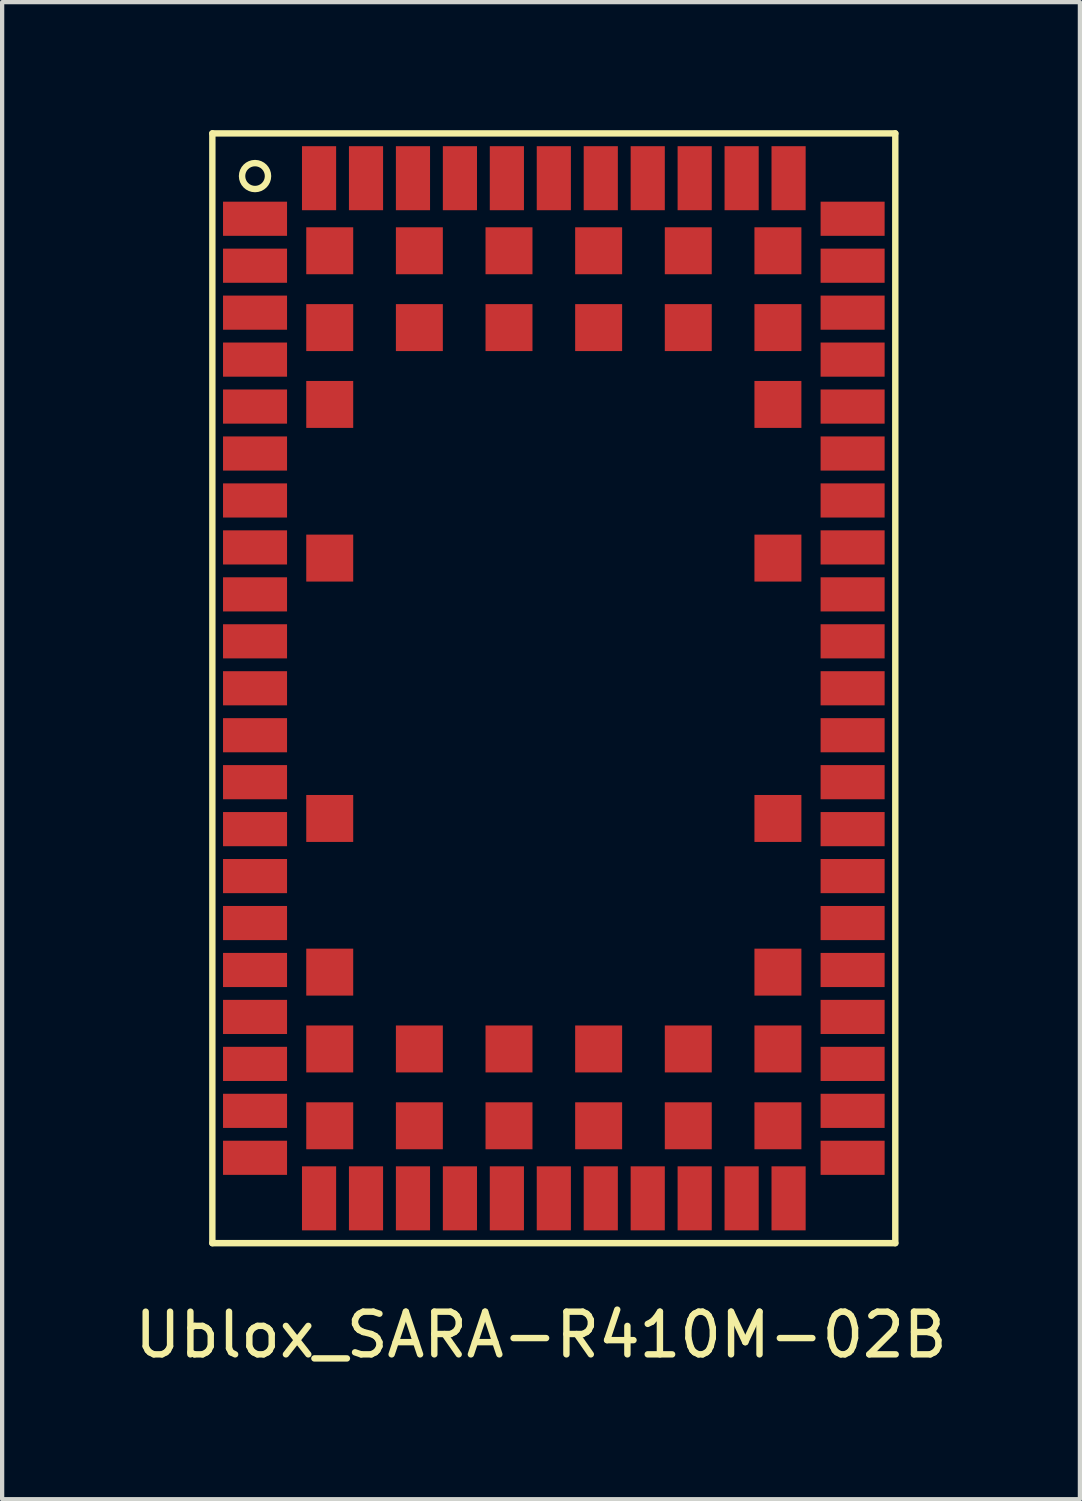
<source format=kicad_pcb>
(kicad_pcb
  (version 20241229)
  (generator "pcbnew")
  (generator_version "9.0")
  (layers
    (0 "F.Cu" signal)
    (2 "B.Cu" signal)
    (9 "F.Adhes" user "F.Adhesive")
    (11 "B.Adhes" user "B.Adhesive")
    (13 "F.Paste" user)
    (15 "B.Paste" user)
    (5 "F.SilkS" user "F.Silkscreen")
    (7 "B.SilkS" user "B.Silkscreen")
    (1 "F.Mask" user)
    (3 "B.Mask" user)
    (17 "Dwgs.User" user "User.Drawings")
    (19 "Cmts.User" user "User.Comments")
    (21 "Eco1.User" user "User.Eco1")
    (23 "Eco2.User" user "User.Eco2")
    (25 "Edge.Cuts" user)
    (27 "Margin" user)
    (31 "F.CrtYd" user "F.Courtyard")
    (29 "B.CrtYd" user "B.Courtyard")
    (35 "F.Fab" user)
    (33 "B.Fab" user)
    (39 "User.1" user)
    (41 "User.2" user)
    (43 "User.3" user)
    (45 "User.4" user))
  (footprint "Ublox_SARA-R410M-02B"
    (layer "F.Cu")
    (at 9.925 13.075)
    (property "Reference" "Ublox_SARA-R410M-02B" (at -0.3 15.15 0) (layer "F.SilkS") (effects (font (size 1 1) (thickness 0.15))))
    (attr through_hole)
    (fp_line (start -8 -13) (end -8 13) (stroke (width 0.15) (type solid)) (layer "F.SilkS"))
    (fp_line (start -8 13) (end 8 13) (stroke (width 0.15) (type solid)) (layer "F.SilkS"))
    (fp_line (start 8 -13) (end -8 -13) (stroke (width 0.15) (type solid)) (layer "F.SilkS"))
    (fp_line (start 8 13) (end 8 -13) (stroke (width 0.15) (type solid)) (layer "F.SilkS"))
    (fp_circle (center -7 -12) (end -6.7 -11.95) (stroke (width 0.15) (type solid)) (fill no) (layer "F.SilkS"))
    (pad "1" smd rect (at -7 -11 90) (size 0.8 1.5) (layers "F.Cu" "F.Mask" "F.Paste"))
    (pad "2" smd rect (at -7 -9.9 90) (size 0.8 1.5) (layers "F.Cu" "F.Mask" "F.Paste"))
    (pad "3" smd rect (at -7 -8.8 90) (size 0.8 1.5) (layers "F.Cu" "F.Mask" "F.Paste"))
    (pad "4" smd rect (at -7 -7.7 90) (size 0.8 1.5) (layers "F.Cu" "F.Mask" "F.Paste"))
    (pad "5" smd rect (at -7 -6.6 90) (size 0.8 1.5) (layers "F.Cu" "F.Mask" "F.Paste"))
    (pad "6" smd rect (at -7 -5.5 90) (size 0.8 1.5) (layers "F.Cu" "F.Mask" "F.Paste"))
    (pad "7" smd rect (at -7 -4.4 90) (size 0.8 1.5) (layers "F.Cu" "F.Mask" "F.Paste"))
    (pad "8" smd rect (at -7 -3.3 90) (size 0.8 1.5) (layers "F.Cu" "F.Mask" "F.Paste"))
    (pad "9" smd rect (at -7 -2.2 90) (size 0.8 1.5) (layers "F.Cu" "F.Mask" "F.Paste"))
    (pad "10" smd rect (at -7 -1.1 90) (size 0.8 1.5) (layers "F.Cu" "F.Mask" "F.Paste"))
    (pad "11" smd rect (at -7 0 90) (size 0.8 1.5) (layers "F.Cu" "F.Mask" "F.Paste"))
    (pad "12" smd rect (at -7 1.1 90) (size 0.8 1.5) (layers "F.Cu" "F.Mask" "F.Paste"))
    (pad "13" smd rect (at -7 2.2 90) (size 0.8 1.5) (layers "F.Cu" "F.Mask" "F.Paste"))
    (pad "14" smd rect (at -7 3.3 90) (size 0.8 1.5) (layers "F.Cu" "F.Mask" "F.Paste"))
    (pad "15" smd rect (at -7 4.4 90) (size 0.8 1.5) (layers "F.Cu" "F.Mask" "F.Paste"))
    (pad "16" smd rect (at -7 5.5 90) (size 0.8 1.5) (layers "F.Cu" "F.Mask" "F.Paste"))
    (pad "17" smd rect (at -7 6.6 90) (size 0.8 1.5) (layers "F.Cu" "F.Mask" "F.Paste"))
    (pad "18" smd rect (at -7 7.7 90) (size 0.8 1.5) (layers "F.Cu" "F.Mask" "F.Paste"))
    (pad "19" smd rect (at -7 8.8 90) (size 0.8 1.5) (layers "F.Cu" "F.Mask" "F.Paste"))
    (pad "20" smd rect (at -7 9.9 90) (size 0.8 1.5) (layers "F.Cu" "F.Mask" "F.Paste"))
    (pad "21" smd rect (at -7 11 90) (size 0.8 1.5) (layers "F.Cu" "F.Mask" "F.Paste"))
    (pad "22" smd rect (at -5.5 11.95 180) (size 0.8 1.5) (layers "F.Cu" "F.Mask" "F.Paste"))
    (pad "23" smd rect (at -4.4 11.95 180) (size 0.8 1.5) (layers "F.Cu" "F.Mask" "F.Paste"))
    (pad "24" smd rect (at -3.3 11.95 180) (size 0.8 1.5) (layers "F.Cu" "F.Mask" "F.Paste"))
    (pad "25" smd rect (at -2.2 11.95 180) (size 0.8 1.5) (layers "F.Cu" "F.Mask" "F.Paste"))
    (pad "26" smd rect (at -1.1 11.95 180) (size 0.8 1.5) (layers "F.Cu" "F.Mask" "F.Paste"))
    (pad "27" smd rect (at 0 11.95 180) (size 0.8 1.5) (layers "F.Cu" "F.Mask" "F.Paste"))
    (pad "28" smd rect (at 1.1 11.95 180) (size 0.8 1.5) (layers "F.Cu" "F.Mask" "F.Paste"))
    (pad "29" smd rect (at 2.2 11.95 180) (size 0.8 1.5) (layers "F.Cu" "F.Mask" "F.Paste"))
    (pad "30" smd rect (at 3.3 11.95 180) (size 0.8 1.5) (layers "F.Cu" "F.Mask" "F.Paste"))
    (pad "31" smd rect (at 4.4 11.95 180) (size 0.8 1.5) (layers "F.Cu" "F.Mask" "F.Paste"))
    (pad "32" smd rect (at 5.5 11.95 180) (size 0.8 1.5) (layers "F.Cu" "F.Mask" "F.Paste"))
    (pad "33" smd rect (at 7 11 90) (size 0.8 1.5) (layers "F.Cu" "F.Mask" "F.Paste"))
    (pad "34" smd rect (at 7 9.9 90) (size 0.8 1.5) (layers "F.Cu" "F.Mask" "F.Paste"))
    (pad "35" smd rect (at 7 8.8 90) (size 0.8 1.5) (layers "F.Cu" "F.Mask" "F.Paste"))
    (pad "36" smd rect (at 7 7.7 90) (size 0.8 1.5) (layers "F.Cu" "F.Mask" "F.Paste"))
    (pad "37" smd rect (at 7 6.6 90) (size 0.8 1.5) (layers "F.Cu" "F.Mask" "F.Paste"))
    (pad "38" smd rect (at 7 5.5 90) (size 0.8 1.5) (layers "F.Cu" "F.Mask" "F.Paste"))
    (pad "39" smd rect (at 7 4.4 90) (size 0.8 1.5) (layers "F.Cu" "F.Mask" "F.Paste"))
    (pad "40" smd rect (at 7 3.3 90) (size 0.8 1.5) (layers "F.Cu" "F.Mask" "F.Paste"))
    (pad "41" smd rect (at 7 2.2 90) (size 0.8 1.5) (layers "F.Cu" "F.Mask" "F.Paste"))
    (pad "42" smd rect (at 7 1.1 90) (size 0.8 1.5) (layers "F.Cu" "F.Mask" "F.Paste"))
    (pad "43" smd rect (at 7 0 90) (size 0.8 1.5) (layers "F.Cu" "F.Mask" "F.Paste"))
    (pad "44" smd rect (at 7 -1.1 90) (size 0.8 1.5) (layers "F.Cu" "F.Mask" "F.Paste"))
    (pad "45" smd rect (at 7 -2.2 90) (size 0.8 1.5) (layers "F.Cu" "F.Mask" "F.Paste"))
    (pad "46" smd rect (at 7 -3.3 90) (size 0.8 1.5) (layers "F.Cu" "F.Mask" "F.Paste"))
    (pad "47" smd rect (at 7 -4.4 90) (size 0.8 1.5) (layers "F.Cu" "F.Mask" "F.Paste"))
    (pad "48" smd rect (at 7 -5.5 90) (size 0.8 1.5) (layers "F.Cu" "F.Mask" "F.Paste"))
    (pad "49" smd rect (at 7 -6.6 90) (size 0.8 1.5) (layers "F.Cu" "F.Mask" "F.Paste"))
    (pad "50" smd rect (at 7 -7.7 90) (size 0.8 1.5) (layers "F.Cu" "F.Mask" "F.Paste"))
    (pad "51" smd rect (at 7 -8.8 90) (size 0.8 1.5) (layers "F.Cu" "F.Mask" "F.Paste"))
    (pad "52" smd rect (at 7 -9.9 90) (size 0.8 1.5) (layers "F.Cu" "F.Mask" "F.Paste"))
    (pad "53" smd rect (at 7 -11 90) (size 0.8 1.5) (layers "F.Cu" "F.Mask" "F.Paste"))
    (pad "54" smd rect (at 5.5 -11.95 180) (size 0.8 1.5) (layers "F.Cu" "F.Mask" "F.Paste"))
    (pad "55" smd rect (at 4.4 -11.95 180) (size 0.8 1.5) (layers "F.Cu" "F.Mask" "F.Paste"))
    (pad "56" smd rect (at 3.3 -11.95 180) (size 0.8 1.5) (layers "F.Cu" "F.Mask" "F.Paste"))
    (pad "57" smd rect (at 2.2 -11.95 180) (size 0.8 1.5) (layers "F.Cu" "F.Mask" "F.Paste"))
    (pad "58" smd rect (at 1.1 -11.95 180) (size 0.8 1.5) (layers "F.Cu" "F.Mask" "F.Paste"))
    (pad "59" smd rect (at 0 -11.95 180) (size 0.8 1.5) (layers "F.Cu" "F.Mask" "F.Paste"))
    (pad "60" smd rect (at -1.1 -11.95 180) (size 0.8 1.5) (layers "F.Cu" "F.Mask" "F.Paste"))
    (pad "61" smd rect (at -2.2 -11.95 180) (size 0.8 1.5) (layers "F.Cu" "F.Mask" "F.Paste"))
    (pad "62" smd rect (at -3.3 -11.95 180) (size 0.8 1.5) (layers "F.Cu" "F.Mask" "F.Paste"))
    (pad "63" smd rect (at -4.4 -11.95 180) (size 0.8 1.5) (layers "F.Cu" "F.Mask" "F.Paste"))
    (pad "64" smd rect (at -5.5 -11.95 180) (size 0.8 1.5) (layers "F.Cu" "F.Mask" "F.Paste"))
    (pad "65" smd rect (at -5.25 -10.25 180) (size 1.1 1.1) (layers "F.Cu" "F.Mask" "F.Paste"))
    (pad "66" smd rect (at -3.15 -10.25 180) (size 1.1 1.1) (layers "F.Cu" "F.Mask" "F.Paste"))
    (pad "67" smd rect (at -1.05 -10.25 180) (size 1.1 1.1) (layers "F.Cu" "F.Mask" "F.Paste"))
    (pad "68" smd rect (at 1.05 -10.25 180) (size 1.1 1.1) (layers "F.Cu" "F.Mask" "F.Paste"))
    (pad "69" smd rect (at 3.15 -10.25 180) (size 1.1 1.1) (layers "F.Cu" "F.Mask" "F.Paste"))
    (pad "70" smd rect (at 5.25 -10.25 180) (size 1.1 1.1) (layers "F.Cu" "F.Mask" "F.Paste"))
    (pad "71" smd rect (at -5.25 -8.45 180) (size 1.1 1.1) (layers "F.Cu" "F.Mask" "F.Paste"))
    (pad "72" smd rect (at -3.15 -8.45 180) (size 1.1 1.1) (layers "F.Cu" "F.Mask" "F.Paste"))
    (pad "73" smd rect (at -1.05 -8.45 180) (size 1.1 1.1) (layers "F.Cu" "F.Mask" "F.Paste"))
    (pad "74" smd rect (at 1.05 -8.45 180) (size 1.1 1.1) (layers "F.Cu" "F.Mask" "F.Paste"))
    (pad "75" smd rect (at 3.15 -8.45 180) (size 1.1 1.1) (layers "F.Cu" "F.Mask" "F.Paste"))
    (pad "76" smd rect (at 5.25 -8.45 180) (size 1.1 1.1) (layers "F.Cu" "F.Mask" "F.Paste"))
    (pad "77" smd rect (at -5.25 -6.65 180) (size 1.1 1.1) (layers "F.Cu" "F.Mask" "F.Paste"))
    (pad "78" smd rect (at 5.25 -6.65 180) (size 1.1 1.1) (layers "F.Cu" "F.Mask" "F.Paste"))
    (pad "79" smd rect (at -5.25 -3.05 180) (size 1.1 1.1) (layers "F.Cu" "F.Mask" "F.Paste"))
    (pad "80" smd rect (at 5.25 -3.05 180) (size 1.1 1.1) (layers "F.Cu" "F.Mask" "F.Paste"))
    (pad "81" smd rect (at -5.25 3.05 180) (size 1.1 1.1) (layers "F.Cu" "F.Mask" "F.Paste"))
    (pad "82" smd rect (at 5.25 3.05 180) (size 1.1 1.1) (layers "F.Cu" "F.Mask" "F.Paste"))
    (pad "83" smd rect (at -5.25 6.65 180) (size 1.1 1.1) (layers "F.Cu" "F.Mask" "F.Paste"))
    (pad "84" smd rect (at 5.25 6.65 180) (size 1.1 1.1) (layers "F.Cu" "F.Mask" "F.Paste"))
    (pad "85" smd rect (at -5.25 8.45 180) (size 1.1 1.1) (layers "F.Cu" "F.Mask" "F.Paste"))
    (pad "86" smd rect (at -3.15 8.45 180) (size 1.1 1.1) (layers "F.Cu" "F.Mask" "F.Paste"))
    (pad "87" smd rect (at -1.05 8.45 180) (size 1.1 1.1) (layers "F.Cu" "F.Mask" "F.Paste"))
    (pad "88" smd rect (at 1.05 8.45 180) (size 1.1 1.1) (layers "F.Cu" "F.Mask" "F.Paste"))
    (pad "89" smd rect (at 3.15 8.45 180) (size 1.1 1.1) (layers "F.Cu" "F.Mask" "F.Paste"))
    (pad "90" smd rect (at 5.25 8.45 180) (size 1.1 1.1) (layers "F.Cu" "F.Mask" "F.Paste"))
    (pad "91" smd rect (at -5.25 10.25 180) (size 1.1 1.1) (layers "F.Cu" "F.Mask" "F.Paste"))
    (pad "92" smd rect (at -3.15 10.25 180) (size 1.1 1.1) (layers "F.Cu" "F.Mask" "F.Paste"))
    (pad "93" smd rect (at -1.05 10.25 180) (size 1.1 1.1) (layers "F.Cu" "F.Mask" "F.Paste"))
    (pad "94" smd rect (at 1.05 10.25 180) (size 1.1 1.1) (layers "F.Cu" "F.Mask" "F.Paste"))
    (pad "95" smd rect (at 3.15 10.25 180) (size 1.1 1.1) (layers "F.Cu" "F.Mask" "F.Paste"))
    (pad "96" smd rect (at 5.25 10.25 180) (size 1.1 1.1) (layers "F.Cu" "F.Mask" "F.Paste")))
  (gr_rect
    (start -3 -3)
    (end 22.25 32.073)
    (stroke (width 0.1) (type default))
    (fill no)
    (layer "Edge.Cuts")))
</source>
